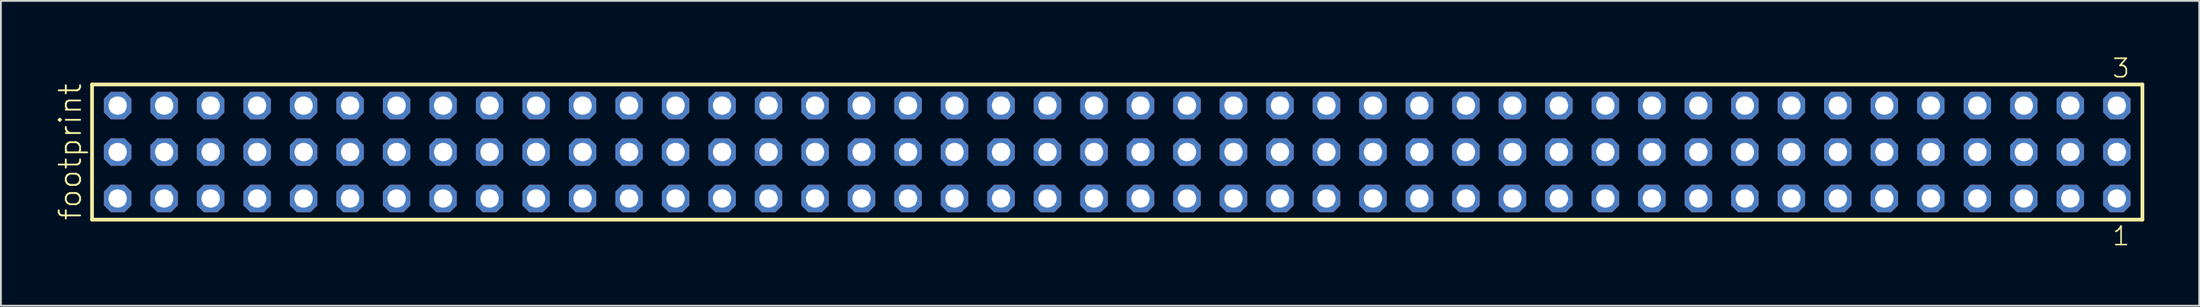
<source format=kicad_pcb>
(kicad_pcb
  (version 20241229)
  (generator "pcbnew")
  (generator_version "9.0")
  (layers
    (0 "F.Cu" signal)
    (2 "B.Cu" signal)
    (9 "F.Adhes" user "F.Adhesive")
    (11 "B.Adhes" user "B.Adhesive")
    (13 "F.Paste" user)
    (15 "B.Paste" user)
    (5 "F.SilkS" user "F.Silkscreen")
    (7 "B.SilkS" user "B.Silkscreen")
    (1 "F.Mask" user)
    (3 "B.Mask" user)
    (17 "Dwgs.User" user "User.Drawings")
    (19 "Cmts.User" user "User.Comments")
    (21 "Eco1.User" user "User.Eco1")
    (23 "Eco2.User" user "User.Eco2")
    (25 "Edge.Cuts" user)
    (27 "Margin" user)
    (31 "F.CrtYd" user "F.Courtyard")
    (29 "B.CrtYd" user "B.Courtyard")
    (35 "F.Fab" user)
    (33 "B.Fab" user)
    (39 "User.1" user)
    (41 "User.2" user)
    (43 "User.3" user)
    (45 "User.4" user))
  (footprint "footprint"
    (layer "F.Cu")
    (at 57.988 5.265)
    (property "Reference" "footprint" (at -56.515 3.81 90) (layer "F.SilkS") (effects (font (size 1.168 1.168) (thickness 0.102)) (justify left bottom)))
    (fp_line (start -56.009 -3.695) (end 56.009 -3.695) (stroke (width 0.203) (type solid)) (layer "F.SilkS"))
    (fp_line (start -56.009 3.695) (end -56.009 -3.695) (stroke (width 0.203) (type solid)) (layer "F.SilkS"))
    (fp_line (start 56.009 -3.695) (end 56.009 3.695) (stroke (width 0.203) (type solid)) (layer "F.SilkS"))
    (fp_line (start 56.009 3.695) (end -56.009 3.695) (stroke (width 0.203) (type solid)) (layer "F.SilkS"))
    (fp_poly (pts (xy -54.96 -2.19) (xy -54.26 -2.19) (xy -54.26 -2.89) (xy -54.96 -2.89)) (stroke (width 0.1) (type solid)) (fill no) (layer "F.Fab"))
    (fp_poly (pts (xy -54.96 0.35) (xy -54.26 0.35) (xy -54.26 -0.35) (xy -54.96 -0.35)) (stroke (width 0.1) (type solid)) (fill no) (layer "F.Fab"))
    (fp_poly (pts (xy -54.96 2.89) (xy -54.26 2.89) (xy -54.26 2.19) (xy -54.96 2.19)) (stroke (width 0.1) (type solid)) (fill no) (layer "F.Fab"))
    (fp_poly (pts (xy -52.42 -2.19) (xy -51.72 -2.19) (xy -51.72 -2.89) (xy -52.42 -2.89)) (stroke (width 0.1) (type solid)) (fill no) (layer "F.Fab"))
    (fp_poly (pts (xy -52.42 0.35) (xy -51.72 0.35) (xy -51.72 -0.35) (xy -52.42 -0.35)) (stroke (width 0.1) (type solid)) (fill no) (layer "F.Fab"))
    (fp_poly (pts (xy -52.42 2.89) (xy -51.72 2.89) (xy -51.72 2.19) (xy -52.42 2.19)) (stroke (width 0.1) (type solid)) (fill no) (layer "F.Fab"))
    (fp_poly (pts (xy -49.88 -2.19) (xy -49.18 -2.19) (xy -49.18 -2.89) (xy -49.88 -2.89)) (stroke (width 0.1) (type solid)) (fill no) (layer "F.Fab"))
    (fp_poly (pts (xy -49.88 0.35) (xy -49.18 0.35) (xy -49.18 -0.35) (xy -49.88 -0.35)) (stroke (width 0.1) (type solid)) (fill no) (layer "F.Fab"))
    (fp_poly (pts (xy -49.88 2.89) (xy -49.18 2.89) (xy -49.18 2.19) (xy -49.88 2.19)) (stroke (width 0.1) (type solid)) (fill no) (layer "F.Fab"))
    (fp_poly (pts (xy -47.34 -2.19) (xy -46.64 -2.19) (xy -46.64 -2.89) (xy -47.34 -2.89)) (stroke (width 0.1) (type solid)) (fill no) (layer "F.Fab"))
    (fp_poly (pts (xy -47.34 0.35) (xy -46.64 0.35) (xy -46.64 -0.35) (xy -47.34 -0.35)) (stroke (width 0.1) (type solid)) (fill no) (layer "F.Fab"))
    (fp_poly (pts (xy -47.34 2.89) (xy -46.64 2.89) (xy -46.64 2.19) (xy -47.34 2.19)) (stroke (width 0.1) (type solid)) (fill no) (layer "F.Fab"))
    (fp_poly (pts (xy -44.8 -2.19) (xy -44.1 -2.19) (xy -44.1 -2.89) (xy -44.8 -2.89)) (stroke (width 0.1) (type solid)) (fill no) (layer "F.Fab"))
    (fp_poly (pts (xy -44.8 0.35) (xy -44.1 0.35) (xy -44.1 -0.35) (xy -44.8 -0.35)) (stroke (width 0.1) (type solid)) (fill no) (layer "F.Fab"))
    (fp_poly (pts (xy -44.8 2.89) (xy -44.1 2.89) (xy -44.1 2.19) (xy -44.8 2.19)) (stroke (width 0.1) (type solid)) (fill no) (layer "F.Fab"))
    (fp_poly (pts (xy -42.26 -2.19) (xy -41.56 -2.19) (xy -41.56 -2.89) (xy -42.26 -2.89)) (stroke (width 0.1) (type solid)) (fill no) (layer "F.Fab"))
    (fp_poly (pts (xy -42.26 0.35) (xy -41.56 0.35) (xy -41.56 -0.35) (xy -42.26 -0.35)) (stroke (width 0.1) (type solid)) (fill no) (layer "F.Fab"))
    (fp_poly (pts (xy -42.26 2.89) (xy -41.56 2.89) (xy -41.56 2.19) (xy -42.26 2.19)) (stroke (width 0.1) (type solid)) (fill no) (layer "F.Fab"))
    (fp_poly (pts (xy -39.72 -2.19) (xy -39.02 -2.19) (xy -39.02 -2.89) (xy -39.72 -2.89)) (stroke (width 0.1) (type solid)) (fill no) (layer "F.Fab"))
    (fp_poly (pts (xy -39.72 0.35) (xy -39.02 0.35) (xy -39.02 -0.35) (xy -39.72 -0.35)) (stroke (width 0.1) (type solid)) (fill no) (layer "F.Fab"))
    (fp_poly (pts (xy -39.72 2.89) (xy -39.02 2.89) (xy -39.02 2.19) (xy -39.72 2.19)) (stroke (width 0.1) (type solid)) (fill no) (layer "F.Fab"))
    (fp_poly (pts (xy -37.18 -2.19) (xy -36.48 -2.19) (xy -36.48 -2.89) (xy -37.18 -2.89)) (stroke (width 0.1) (type solid)) (fill no) (layer "F.Fab"))
    (fp_poly (pts (xy -37.18 0.35) (xy -36.48 0.35) (xy -36.48 -0.35) (xy -37.18 -0.35)) (stroke (width 0.1) (type solid)) (fill no) (layer "F.Fab"))
    (fp_poly (pts (xy -37.18 2.89) (xy -36.48 2.89) (xy -36.48 2.19) (xy -37.18 2.19)) (stroke (width 0.1) (type solid)) (fill no) (layer "F.Fab"))
    (fp_poly (pts (xy -34.64 -2.19) (xy -33.94 -2.19) (xy -33.94 -2.89) (xy -34.64 -2.89)) (stroke (width 0.1) (type solid)) (fill no) (layer "F.Fab"))
    (fp_poly (pts (xy -34.64 0.35) (xy -33.94 0.35) (xy -33.94 -0.35) (xy -34.64 -0.35)) (stroke (width 0.1) (type solid)) (fill no) (layer "F.Fab"))
    (fp_poly (pts (xy -34.64 2.89) (xy -33.94 2.89) (xy -33.94 2.19) (xy -34.64 2.19)) (stroke (width 0.1) (type solid)) (fill no) (layer "F.Fab"))
    (fp_poly (pts (xy -32.1 -2.19) (xy -31.4 -2.19) (xy -31.4 -2.89) (xy -32.1 -2.89)) (stroke (width 0.1) (type solid)) (fill no) (layer "F.Fab"))
    (fp_poly (pts (xy -32.1 0.35) (xy -31.4 0.35) (xy -31.4 -0.35) (xy -32.1 -0.35)) (stroke (width 0.1) (type solid)) (fill no) (layer "F.Fab"))
    (fp_poly (pts (xy -32.1 2.89) (xy -31.4 2.89) (xy -31.4 2.19) (xy -32.1 2.19)) (stroke (width 0.1) (type solid)) (fill no) (layer "F.Fab"))
    (fp_poly (pts (xy -29.56 -2.19) (xy -28.86 -2.19) (xy -28.86 -2.89) (xy -29.56 -2.89)) (stroke (width 0.1) (type solid)) (fill no) (layer "F.Fab"))
    (fp_poly (pts (xy -29.56 0.35) (xy -28.86 0.35) (xy -28.86 -0.35) (xy -29.56 -0.35)) (stroke (width 0.1) (type solid)) (fill no) (layer "F.Fab"))
    (fp_poly (pts (xy -29.56 2.89) (xy -28.86 2.89) (xy -28.86 2.19) (xy -29.56 2.19)) (stroke (width 0.1) (type solid)) (fill no) (layer "F.Fab"))
    (fp_poly (pts (xy -27.02 -2.19) (xy -26.32 -2.19) (xy -26.32 -2.89) (xy -27.02 -2.89)) (stroke (width 0.1) (type solid)) (fill no) (layer "F.Fab"))
    (fp_poly (pts (xy -27.02 0.35) (xy -26.32 0.35) (xy -26.32 -0.35) (xy -27.02 -0.35)) (stroke (width 0.1) (type solid)) (fill no) (layer "F.Fab"))
    (fp_poly (pts (xy -27.02 2.89) (xy -26.32 2.89) (xy -26.32 2.19) (xy -27.02 2.19)) (stroke (width 0.1) (type solid)) (fill no) (layer "F.Fab"))
    (fp_poly (pts (xy -24.48 -2.19) (xy -23.78 -2.19) (xy -23.78 -2.89) (xy -24.48 -2.89)) (stroke (width 0.1) (type solid)) (fill no) (layer "F.Fab"))
    (fp_poly (pts (xy -24.48 0.35) (xy -23.78 0.35) (xy -23.78 -0.35) (xy -24.48 -0.35)) (stroke (width 0.1) (type solid)) (fill no) (layer "F.Fab"))
    (fp_poly (pts (xy -24.48 2.89) (xy -23.78 2.89) (xy -23.78 2.19) (xy -24.48 2.19)) (stroke (width 0.1) (type solid)) (fill no) (layer "F.Fab"))
    (fp_poly (pts (xy -21.94 -2.19) (xy -21.24 -2.19) (xy -21.24 -2.89) (xy -21.94 -2.89)) (stroke (width 0.1) (type solid)) (fill no) (layer "F.Fab"))
    (fp_poly (pts (xy -21.94 0.35) (xy -21.24 0.35) (xy -21.24 -0.35) (xy -21.94 -0.35)) (stroke (width 0.1) (type solid)) (fill no) (layer "F.Fab"))
    (fp_poly (pts (xy -21.94 2.89) (xy -21.24 2.89) (xy -21.24 2.19) (xy -21.94 2.19)) (stroke (width 0.1) (type solid)) (fill no) (layer "F.Fab"))
    (fp_poly (pts (xy -19.4 -2.19) (xy -18.7 -2.19) (xy -18.7 -2.89) (xy -19.4 -2.89)) (stroke (width 0.1) (type solid)) (fill no) (layer "F.Fab"))
    (fp_poly (pts (xy -19.4 0.35) (xy -18.7 0.35) (xy -18.7 -0.35) (xy -19.4 -0.35)) (stroke (width 0.1) (type solid)) (fill no) (layer "F.Fab"))
    (fp_poly (pts (xy -19.4 2.89) (xy -18.7 2.89) (xy -18.7 2.19) (xy -19.4 2.19)) (stroke (width 0.1) (type solid)) (fill no) (layer "F.Fab"))
    (fp_poly (pts (xy -16.86 -2.19) (xy -16.16 -2.19) (xy -16.16 -2.89) (xy -16.86 -2.89)) (stroke (width 0.1) (type solid)) (fill no) (layer "F.Fab"))
    (fp_poly (pts (xy -16.86 0.35) (xy -16.16 0.35) (xy -16.16 -0.35) (xy -16.86 -0.35)) (stroke (width 0.1) (type solid)) (fill no) (layer "F.Fab"))
    (fp_poly (pts (xy -16.86 2.89) (xy -16.16 2.89) (xy -16.16 2.19) (xy -16.86 2.19)) (stroke (width 0.1) (type solid)) (fill no) (layer "F.Fab"))
    (fp_poly (pts (xy -14.32 -2.19) (xy -13.62 -2.19) (xy -13.62 -2.89) (xy -14.32 -2.89)) (stroke (width 0.1) (type solid)) (fill no) (layer "F.Fab"))
    (fp_poly (pts (xy -14.32 0.35) (xy -13.62 0.35) (xy -13.62 -0.35) (xy -14.32 -0.35)) (stroke (width 0.1) (type solid)) (fill no) (layer "F.Fab"))
    (fp_poly (pts (xy -14.32 2.89) (xy -13.62 2.89) (xy -13.62 2.19) (xy -14.32 2.19)) (stroke (width 0.1) (type solid)) (fill no) (layer "F.Fab"))
    (fp_poly (pts (xy -11.78 -2.19) (xy -11.08 -2.19) (xy -11.08 -2.89) (xy -11.78 -2.89)) (stroke (width 0.1) (type solid)) (fill no) (layer "F.Fab"))
    (fp_poly (pts (xy -11.78 0.35) (xy -11.08 0.35) (xy -11.08 -0.35) (xy -11.78 -0.35)) (stroke (width 0.1) (type solid)) (fill no) (layer "F.Fab"))
    (fp_poly (pts (xy -11.78 2.89) (xy -11.08 2.89) (xy -11.08 2.19) (xy -11.78 2.19)) (stroke (width 0.1) (type solid)) (fill no) (layer "F.Fab"))
    (fp_poly (pts (xy -9.24 -2.19) (xy -8.54 -2.19) (xy -8.54 -2.89) (xy -9.24 -2.89)) (stroke (width 0.1) (type solid)) (fill no) (layer "F.Fab"))
    (fp_poly (pts (xy -9.24 0.35) (xy -8.54 0.35) (xy -8.54 -0.35) (xy -9.24 -0.35)) (stroke (width 0.1) (type solid)) (fill no) (layer "F.Fab"))
    (fp_poly (pts (xy -9.24 2.89) (xy -8.54 2.89) (xy -8.54 2.19) (xy -9.24 2.19)) (stroke (width 0.1) (type solid)) (fill no) (layer "F.Fab"))
    (fp_poly (pts (xy -6.7 -2.19) (xy -6 -2.19) (xy -6 -2.89) (xy -6.7 -2.89)) (stroke (width 0.1) (type solid)) (fill no) (layer "F.Fab"))
    (fp_poly (pts (xy -6.7 0.35) (xy -6 0.35) (xy -6 -0.35) (xy -6.7 -0.35)) (stroke (width 0.1) (type solid)) (fill no) (layer "F.Fab"))
    (fp_poly (pts (xy -6.7 2.89) (xy -6 2.89) (xy -6 2.19) (xy -6.7 2.19)) (stroke (width 0.1) (type solid)) (fill no) (layer "F.Fab"))
    (fp_poly (pts (xy -4.16 -2.19) (xy -3.46 -2.19) (xy -3.46 -2.89) (xy -4.16 -2.89)) (stroke (width 0.1) (type solid)) (fill no) (layer "F.Fab"))
    (fp_poly (pts (xy -4.16 0.35) (xy -3.46 0.35) (xy -3.46 -0.35) (xy -4.16 -0.35)) (stroke (width 0.1) (type solid)) (fill no) (layer "F.Fab"))
    (fp_poly (pts (xy -4.16 2.89) (xy -3.46 2.89) (xy -3.46 2.19) (xy -4.16 2.19)) (stroke (width 0.1) (type solid)) (fill no) (layer "F.Fab"))
    (fp_poly (pts (xy -1.62 -2.19) (xy -0.92 -2.19) (xy -0.92 -2.89) (xy -1.62 -2.89)) (stroke (width 0.1) (type solid)) (fill no) (layer "F.Fab"))
    (fp_poly (pts (xy -1.62 0.35) (xy -0.92 0.35) (xy -0.92 -0.35) (xy -1.62 -0.35)) (stroke (width 0.1) (type solid)) (fill no) (layer "F.Fab"))
    (fp_poly (pts (xy -1.62 2.89) (xy -0.92 2.89) (xy -0.92 2.19) (xy -1.62 2.19)) (stroke (width 0.1) (type solid)) (fill no) (layer "F.Fab"))
    (fp_poly (pts (xy 0.92 -2.19) (xy 1.62 -2.19) (xy 1.62 -2.89) (xy 0.92 -2.89)) (stroke (width 0.1) (type solid)) (fill no) (layer "F.Fab"))
    (fp_poly (pts (xy 0.92 0.35) (xy 1.62 0.35) (xy 1.62 -0.35) (xy 0.92 -0.35)) (stroke (width 0.1) (type solid)) (fill no) (layer "F.Fab"))
    (fp_poly (pts (xy 0.92 2.89) (xy 1.62 2.89) (xy 1.62 2.19) (xy 0.92 2.19)) (stroke (width 0.1) (type solid)) (fill no) (layer "F.Fab"))
    (fp_poly (pts (xy 3.46 -2.19) (xy 4.16 -2.19) (xy 4.16 -2.89) (xy 3.46 -2.89)) (stroke (width 0.1) (type solid)) (fill no) (layer "F.Fab"))
    (fp_poly (pts (xy 3.46 0.35) (xy 4.16 0.35) (xy 4.16 -0.35) (xy 3.46 -0.35)) (stroke (width 0.1) (type solid)) (fill no) (layer "F.Fab"))
    (fp_poly (pts (xy 3.46 2.89) (xy 4.16 2.89) (xy 4.16 2.19) (xy 3.46 2.19)) (stroke (width 0.1) (type solid)) (fill no) (layer "F.Fab"))
    (fp_poly (pts (xy 6 -2.19) (xy 6.7 -2.19) (xy 6.7 -2.89) (xy 6 -2.89)) (stroke (width 0.1) (type solid)) (fill no) (layer "F.Fab"))
    (fp_poly (pts (xy 6 0.35) (xy 6.7 0.35) (xy 6.7 -0.35) (xy 6 -0.35)) (stroke (width 0.1) (type solid)) (fill no) (layer "F.Fab"))
    (fp_poly (pts (xy 6 2.89) (xy 6.7 2.89) (xy 6.7 2.19) (xy 6 2.19)) (stroke (width 0.1) (type solid)) (fill no) (layer "F.Fab"))
    (fp_poly (pts (xy 8.54 -2.19) (xy 9.24 -2.19) (xy 9.24 -2.89) (xy 8.54 -2.89)) (stroke (width 0.1) (type solid)) (fill no) (layer "F.Fab"))
    (fp_poly (pts (xy 8.54 0.35) (xy 9.24 0.35) (xy 9.24 -0.35) (xy 8.54 -0.35)) (stroke (width 0.1) (type solid)) (fill no) (layer "F.Fab"))
    (fp_poly (pts (xy 8.54 2.89) (xy 9.24 2.89) (xy 9.24 2.19) (xy 8.54 2.19)) (stroke (width 0.1) (type solid)) (fill no) (layer "F.Fab"))
    (fp_poly (pts (xy 11.08 -2.19) (xy 11.78 -2.19) (xy 11.78 -2.89) (xy 11.08 -2.89)) (stroke (width 0.1) (type solid)) (fill no) (layer "F.Fab"))
    (fp_poly (pts (xy 11.08 0.35) (xy 11.78 0.35) (xy 11.78 -0.35) (xy 11.08 -0.35)) (stroke (width 0.1) (type solid)) (fill no) (layer "F.Fab"))
    (fp_poly (pts (xy 11.08 2.89) (xy 11.78 2.89) (xy 11.78 2.19) (xy 11.08 2.19)) (stroke (width 0.1) (type solid)) (fill no) (layer "F.Fab"))
    (fp_poly (pts (xy 13.62 -2.19) (xy 14.32 -2.19) (xy 14.32 -2.89) (xy 13.62 -2.89)) (stroke (width 0.1) (type solid)) (fill no) (layer "F.Fab"))
    (fp_poly (pts (xy 13.62 0.35) (xy 14.32 0.35) (xy 14.32 -0.35) (xy 13.62 -0.35)) (stroke (width 0.1) (type solid)) (fill no) (layer "F.Fab"))
    (fp_poly (pts (xy 13.62 2.89) (xy 14.32 2.89) (xy 14.32 2.19) (xy 13.62 2.19)) (stroke (width 0.1) (type solid)) (fill no) (layer "F.Fab"))
    (fp_poly (pts (xy 16.16 -2.19) (xy 16.86 -2.19) (xy 16.86 -2.89) (xy 16.16 -2.89)) (stroke (width 0.1) (type solid)) (fill no) (layer "F.Fab"))
    (fp_poly (pts (xy 16.16 0.35) (xy 16.86 0.35) (xy 16.86 -0.35) (xy 16.16 -0.35)) (stroke (width 0.1) (type solid)) (fill no) (layer "F.Fab"))
    (fp_poly (pts (xy 16.16 2.89) (xy 16.86 2.89) (xy 16.86 2.19) (xy 16.16 2.19)) (stroke (width 0.1) (type solid)) (fill no) (layer "F.Fab"))
    (fp_poly (pts (xy 18.7 -2.19) (xy 19.4 -2.19) (xy 19.4 -2.89) (xy 18.7 -2.89)) (stroke (width 0.1) (type solid)) (fill no) (layer "F.Fab"))
    (fp_poly (pts (xy 18.7 0.35) (xy 19.4 0.35) (xy 19.4 -0.35) (xy 18.7 -0.35)) (stroke (width 0.1) (type solid)) (fill no) (layer "F.Fab"))
    (fp_poly (pts (xy 18.7 2.89) (xy 19.4 2.89) (xy 19.4 2.19) (xy 18.7 2.19)) (stroke (width 0.1) (type solid)) (fill no) (layer "F.Fab"))
    (fp_poly (pts (xy 21.24 -2.19) (xy 21.94 -2.19) (xy 21.94 -2.89) (xy 21.24 -2.89)) (stroke (width 0.1) (type solid)) (fill no) (layer "F.Fab"))
    (fp_poly (pts (xy 21.24 0.35) (xy 21.94 0.35) (xy 21.94 -0.35) (xy 21.24 -0.35)) (stroke (width 0.1) (type solid)) (fill no) (layer "F.Fab"))
    (fp_poly (pts (xy 21.24 2.89) (xy 21.94 2.89) (xy 21.94 2.19) (xy 21.24 2.19)) (stroke (width 0.1) (type solid)) (fill no) (layer "F.Fab"))
    (fp_poly (pts (xy 23.78 -2.19) (xy 24.48 -2.19) (xy 24.48 -2.89) (xy 23.78 -2.89)) (stroke (width 0.1) (type solid)) (fill no) (layer "F.Fab"))
    (fp_poly (pts (xy 23.78 0.35) (xy 24.48 0.35) (xy 24.48 -0.35) (xy 23.78 -0.35)) (stroke (width 0.1) (type solid)) (fill no) (layer "F.Fab"))
    (fp_poly (pts (xy 23.78 2.89) (xy 24.48 2.89) (xy 24.48 2.19) (xy 23.78 2.19)) (stroke (width 0.1) (type solid)) (fill no) (layer "F.Fab"))
    (fp_poly (pts (xy 26.32 -2.19) (xy 27.02 -2.19) (xy 27.02 -2.89) (xy 26.32 -2.89)) (stroke (width 0.1) (type solid)) (fill no) (layer "F.Fab"))
    (fp_poly (pts (xy 26.32 0.35) (xy 27.02 0.35) (xy 27.02 -0.35) (xy 26.32 -0.35)) (stroke (width 0.1) (type solid)) (fill no) (layer "F.Fab"))
    (fp_poly (pts (xy 26.32 2.89) (xy 27.02 2.89) (xy 27.02 2.19) (xy 26.32 2.19)) (stroke (width 0.1) (type solid)) (fill no) (layer "F.Fab"))
    (fp_poly (pts (xy 28.86 -2.19) (xy 29.56 -2.19) (xy 29.56 -2.89) (xy 28.86 -2.89)) (stroke (width 0.1) (type solid)) (fill no) (layer "F.Fab"))
    (fp_poly (pts (xy 28.86 0.35) (xy 29.56 0.35) (xy 29.56 -0.35) (xy 28.86 -0.35)) (stroke (width 0.1) (type solid)) (fill no) (layer "F.Fab"))
    (fp_poly (pts (xy 28.86 2.89) (xy 29.56 2.89) (xy 29.56 2.19) (xy 28.86 2.19)) (stroke (width 0.1) (type solid)) (fill no) (layer "F.Fab"))
    (fp_poly (pts (xy 31.4 -2.19) (xy 32.1 -2.19) (xy 32.1 -2.89) (xy 31.4 -2.89)) (stroke (width 0.1) (type solid)) (fill no) (layer "F.Fab"))
    (fp_poly (pts (xy 31.4 0.35) (xy 32.1 0.35) (xy 32.1 -0.35) (xy 31.4 -0.35)) (stroke (width 0.1) (type solid)) (fill no) (layer "F.Fab"))
    (fp_poly (pts (xy 31.4 2.89) (xy 32.1 2.89) (xy 32.1 2.19) (xy 31.4 2.19)) (stroke (width 0.1) (type solid)) (fill no) (layer "F.Fab"))
    (fp_poly (pts (xy 33.94 -2.19) (xy 34.64 -2.19) (xy 34.64 -2.89) (xy 33.94 -2.89)) (stroke (width 0.1) (type solid)) (fill no) (layer "F.Fab"))
    (fp_poly (pts (xy 33.94 0.35) (xy 34.64 0.35) (xy 34.64 -0.35) (xy 33.94 -0.35)) (stroke (width 0.1) (type solid)) (fill no) (layer "F.Fab"))
    (fp_poly (pts (xy 33.94 2.89) (xy 34.64 2.89) (xy 34.64 2.19) (xy 33.94 2.19)) (stroke (width 0.1) (type solid)) (fill no) (layer "F.Fab"))
    (fp_poly (pts (xy 36.48 -2.19) (xy 37.18 -2.19) (xy 37.18 -2.89) (xy 36.48 -2.89)) (stroke (width 0.1) (type solid)) (fill no) (layer "F.Fab"))
    (fp_poly (pts (xy 36.48 0.35) (xy 37.18 0.35) (xy 37.18 -0.35) (xy 36.48 -0.35)) (stroke (width 0.1) (type solid)) (fill no) (layer "F.Fab"))
    (fp_poly (pts (xy 36.48 2.89) (xy 37.18 2.89) (xy 37.18 2.19) (xy 36.48 2.19)) (stroke (width 0.1) (type solid)) (fill no) (layer "F.Fab"))
    (fp_poly (pts (xy 39.02 -2.19) (xy 39.72 -2.19) (xy 39.72 -2.89) (xy 39.02 -2.89)) (stroke (width 0.1) (type solid)) (fill no) (layer "F.Fab"))
    (fp_poly (pts (xy 39.02 0.35) (xy 39.72 0.35) (xy 39.72 -0.35) (xy 39.02 -0.35)) (stroke (width 0.1) (type solid)) (fill no) (layer "F.Fab"))
    (fp_poly (pts (xy 39.02 2.89) (xy 39.72 2.89) (xy 39.72 2.19) (xy 39.02 2.19)) (stroke (width 0.1) (type solid)) (fill no) (layer "F.Fab"))
    (fp_poly (pts (xy 41.56 -2.19) (xy 42.26 -2.19) (xy 42.26 -2.89) (xy 41.56 -2.89)) (stroke (width 0.1) (type solid)) (fill no) (layer "F.Fab"))
    (fp_poly (pts (xy 41.56 0.35) (xy 42.26 0.35) (xy 42.26 -0.35) (xy 41.56 -0.35)) (stroke (width 0.1) (type solid)) (fill no) (layer "F.Fab"))
    (fp_poly (pts (xy 41.56 2.89) (xy 42.26 2.89) (xy 42.26 2.19) (xy 41.56 2.19)) (stroke (width 0.1) (type solid)) (fill no) (layer "F.Fab"))
    (fp_poly (pts (xy 44.1 -2.19) (xy 44.8 -2.19) (xy 44.8 -2.89) (xy 44.1 -2.89)) (stroke (width 0.1) (type solid)) (fill no) (layer "F.Fab"))
    (fp_poly (pts (xy 44.1 0.35) (xy 44.8 0.35) (xy 44.8 -0.35) (xy 44.1 -0.35)) (stroke (width 0.1) (type solid)) (fill no) (layer "F.Fab"))
    (fp_poly (pts (xy 44.1 2.89) (xy 44.8 2.89) (xy 44.8 2.19) (xy 44.1 2.19)) (stroke (width 0.1) (type solid)) (fill no) (layer "F.Fab"))
    (fp_poly (pts (xy 46.64 -2.19) (xy 47.34 -2.19) (xy 47.34 -2.89) (xy 46.64 -2.89)) (stroke (width 0.1) (type solid)) (fill no) (layer "F.Fab"))
    (fp_poly (pts (xy 46.64 0.35) (xy 47.34 0.35) (xy 47.34 -0.35) (xy 46.64 -0.35)) (stroke (width 0.1) (type solid)) (fill no) (layer "F.Fab"))
    (fp_poly (pts (xy 46.64 2.89) (xy 47.34 2.89) (xy 47.34 2.19) (xy 46.64 2.19)) (stroke (width 0.1) (type solid)) (fill no) (layer "F.Fab"))
    (fp_poly (pts (xy 49.18 -2.19) (xy 49.88 -2.19) (xy 49.88 -2.89) (xy 49.18 -2.89)) (stroke (width 0.1) (type solid)) (fill no) (layer "F.Fab"))
    (fp_poly (pts (xy 49.18 0.35) (xy 49.88 0.35) (xy 49.88 -0.35) (xy 49.18 -0.35)) (stroke (width 0.1) (type solid)) (fill no) (layer "F.Fab"))
    (fp_poly (pts (xy 49.18 2.89) (xy 49.88 2.89) (xy 49.88 2.19) (xy 49.18 2.19)) (stroke (width 0.1) (type solid)) (fill no) (layer "F.Fab"))
    (fp_poly (pts (xy 51.72 -2.19) (xy 52.42 -2.19) (xy 52.42 -2.89) (xy 51.72 -2.89)) (stroke (width 0.1) (type solid)) (fill no) (layer "F.Fab"))
    (fp_poly (pts (xy 51.72 0.35) (xy 52.42 0.35) (xy 52.42 -0.35) (xy 51.72 -0.35)) (stroke (width 0.1) (type solid)) (fill no) (layer "F.Fab"))
    (fp_poly (pts (xy 51.72 2.89) (xy 52.42 2.89) (xy 52.42 2.19) (xy 51.72 2.19)) (stroke (width 0.1) (type solid)) (fill no) (layer "F.Fab"))
    (fp_poly (pts (xy 54.26 -2.19) (xy 54.96 -2.19) (xy 54.96 -2.89) (xy 54.26 -2.89)) (stroke (width 0.1) (type solid)) (fill no) (layer "F.Fab"))
    (fp_poly (pts (xy 54.26 0.35) (xy 54.96 0.35) (xy 54.96 -0.35) (xy 54.26 -0.35)) (stroke (width 0.1) (type solid)) (fill no) (layer "F.Fab"))
    (fp_poly (pts (xy 54.26 2.89) (xy 54.96 2.89) (xy 54.96 2.19) (xy 54.26 2.19)) (stroke (width 0.1) (type solid)) (fill no) (layer "F.Fab"))
    (fp_text user "1" (at 54.302 5.188 0) (layer "F.SilkS") (effects (font (size 1.012 1.012) (thickness 0.088)) (justify left bottom)))
    (fp_text user "3" (at 54.298 -3.989 0) (layer "F.SilkS") (effects (font (size 1.012 1.012) (thickness 0.088)) (justify left bottom)))
    (pad "1" thru_hole roundrect (at 54.61 2.54 180) (size 1.5 1.5) (drill 1) (layers "*.Cu" "*.Mask") (roundrect_rratio 0.25) (chamfer_ratio 0.25) (chamfer top_left top_right bottom_left bottom_right))
    (pad "2" thru_hole roundrect (at 54.61 0 180) (size 1.5 1.5) (drill 1) (layers "*.Cu" "*.Mask") (roundrect_rratio 0.25) (chamfer_ratio 0.25) (chamfer top_left top_right bottom_left bottom_right))
    (pad "3" thru_hole roundrect (at 54.61 -2.54 180) (size 1.5 1.5) (drill 1) (layers "*.Cu" "*.Mask") (roundrect_rratio 0.25) (chamfer_ratio 0.25) (chamfer top_left top_right bottom_left bottom_right))
    (pad "4" thru_hole roundrect (at 52.07 2.54 180) (size 1.5 1.5) (drill 1) (layers "*.Cu" "*.Mask") (roundrect_rratio 0.25) (chamfer_ratio 0.25) (chamfer top_left top_right bottom_left bottom_right))
    (pad "5" thru_hole roundrect (at 52.07 0 180) (size 1.5 1.5) (drill 1) (layers "*.Cu" "*.Mask") (roundrect_rratio 0.25) (chamfer_ratio 0.25) (chamfer top_left top_right bottom_left bottom_right))
    (pad "6" thru_hole roundrect (at 52.07 -2.54 180) (size 1.5 1.5) (drill 1) (layers "*.Cu" "*.Mask") (roundrect_rratio 0.25) (chamfer_ratio 0.25) (chamfer top_left top_right bottom_left bottom_right))
    (pad "7" thru_hole roundrect (at 49.53 2.54 180) (size 1.5 1.5) (drill 1) (layers "*.Cu" "*.Mask") (roundrect_rratio 0.25) (chamfer_ratio 0.25) (chamfer top_left top_right bottom_left bottom_right))
    (pad "8" thru_hole roundrect (at 49.53 0 180) (size 1.5 1.5) (drill 1) (layers "*.Cu" "*.Mask") (roundrect_rratio 0.25) (chamfer_ratio 0.25) (chamfer top_left top_right bottom_left bottom_right))
    (pad "9" thru_hole roundrect (at 49.53 -2.54 180) (size 1.5 1.5) (drill 1) (layers "*.Cu" "*.Mask") (roundrect_rratio 0.25) (chamfer_ratio 0.25) (chamfer top_left top_right bottom_left bottom_right))
    (pad "10" thru_hole roundrect (at 46.99 2.54 180) (size 1.5 1.5) (drill 1) (layers "*.Cu" "*.Mask") (roundrect_rratio 0.25) (chamfer_ratio 0.25) (chamfer top_left top_right bottom_left bottom_right))
    (pad "11" thru_hole roundrect (at 46.99 0 180) (size 1.5 1.5) (drill 1) (layers "*.Cu" "*.Mask") (roundrect_rratio 0.25) (chamfer_ratio 0.25) (chamfer top_left top_right bottom_left bottom_right))
    (pad "12" thru_hole roundrect (at 46.99 -2.54 180) (size 1.5 1.5) (drill 1) (layers "*.Cu" "*.Mask") (roundrect_rratio 0.25) (chamfer_ratio 0.25) (chamfer top_left top_right bottom_left bottom_right))
    (pad "13" thru_hole roundrect (at 44.45 2.54 180) (size 1.5 1.5) (drill 1) (layers "*.Cu" "*.Mask") (roundrect_rratio 0.25) (chamfer_ratio 0.25) (chamfer top_left top_right bottom_left bottom_right))
    (pad "14" thru_hole roundrect (at 44.45 0 180) (size 1.5 1.5) (drill 1) (layers "*.Cu" "*.Mask") (roundrect_rratio 0.25) (chamfer_ratio 0.25) (chamfer top_left top_right bottom_left bottom_right))
    (pad "15" thru_hole roundrect (at 44.45 -2.54 180) (size 1.5 1.5) (drill 1) (layers "*.Cu" "*.Mask") (roundrect_rratio 0.25) (chamfer_ratio 0.25) (chamfer top_left top_right bottom_left bottom_right))
    (pad "16" thru_hole roundrect (at 41.91 2.54 180) (size 1.5 1.5) (drill 1) (layers "*.Cu" "*.Mask") (roundrect_rratio 0.25) (chamfer_ratio 0.25) (chamfer top_left top_right bottom_left bottom_right))
    (pad "17" thru_hole roundrect (at 41.91 0 180) (size 1.5 1.5) (drill 1) (layers "*.Cu" "*.Mask") (roundrect_rratio 0.25) (chamfer_ratio 0.25) (chamfer top_left top_right bottom_left bottom_right))
    (pad "18" thru_hole roundrect (at 41.91 -2.54 180) (size 1.5 1.5) (drill 1) (layers "*.Cu" "*.Mask") (roundrect_rratio 0.25) (chamfer_ratio 0.25) (chamfer top_left top_right bottom_left bottom_right))
    (pad "19" thru_hole roundrect (at 39.37 2.54 180) (size 1.5 1.5) (drill 1) (layers "*.Cu" "*.Mask") (roundrect_rratio 0.25) (chamfer_ratio 0.25) (chamfer top_left top_right bottom_left bottom_right))
    (pad "20" thru_hole roundrect (at 39.37 0 180) (size 1.5 1.5) (drill 1) (layers "*.Cu" "*.Mask") (roundrect_rratio 0.25) (chamfer_ratio 0.25) (chamfer top_left top_right bottom_left bottom_right))
    (pad "21" thru_hole roundrect (at 39.37 -2.54 180) (size 1.5 1.5) (drill 1) (layers "*.Cu" "*.Mask") (roundrect_rratio 0.25) (chamfer_ratio 0.25) (chamfer top_left top_right bottom_left bottom_right))
    (pad "22" thru_hole roundrect (at 36.83 2.54 180) (size 1.5 1.5) (drill 1) (layers "*.Cu" "*.Mask") (roundrect_rratio 0.25) (chamfer_ratio 0.25) (chamfer top_left top_right bottom_left bottom_right))
    (pad "23" thru_hole roundrect (at 36.83 0 180) (size 1.5 1.5) (drill 1) (layers "*.Cu" "*.Mask") (roundrect_rratio 0.25) (chamfer_ratio 0.25) (chamfer top_left top_right bottom_left bottom_right))
    (pad "24" thru_hole roundrect (at 36.83 -2.54 180) (size 1.5 1.5) (drill 1) (layers "*.Cu" "*.Mask") (roundrect_rratio 0.25) (chamfer_ratio 0.25) (chamfer top_left top_right bottom_left bottom_right))
    (pad "25" thru_hole roundrect (at 34.29 2.54 180) (size 1.5 1.5) (drill 1) (layers "*.Cu" "*.Mask") (roundrect_rratio 0.25) (chamfer_ratio 0.25) (chamfer top_left top_right bottom_left bottom_right))
    (pad "26" thru_hole roundrect (at 34.29 0 180) (size 1.5 1.5) (drill 1) (layers "*.Cu" "*.Mask") (roundrect_rratio 0.25) (chamfer_ratio 0.25) (chamfer top_left top_right bottom_left bottom_right))
    (pad "27" thru_hole roundrect (at 34.29 -2.54 180) (size 1.5 1.5) (drill 1) (layers "*.Cu" "*.Mask") (roundrect_rratio 0.25) (chamfer_ratio 0.25) (chamfer top_left top_right bottom_left bottom_right))
    (pad "28" thru_hole roundrect (at 31.75 2.54 180) (size 1.5 1.5) (drill 1) (layers "*.Cu" "*.Mask") (roundrect_rratio 0.25) (chamfer_ratio 0.25) (chamfer top_left top_right bottom_left bottom_right))
    (pad "29" thru_hole roundrect (at 31.75 0 180) (size 1.5 1.5) (drill 1) (layers "*.Cu" "*.Mask") (roundrect_rratio 0.25) (chamfer_ratio 0.25) (chamfer top_left top_right bottom_left bottom_right))
    (pad "30" thru_hole roundrect (at 31.75 -2.54 180) (size 1.5 1.5) (drill 1) (layers "*.Cu" "*.Mask") (roundrect_rratio 0.25) (chamfer_ratio 0.25) (chamfer top_left top_right bottom_left bottom_right))
    (pad "31" thru_hole roundrect (at 29.21 2.54 180) (size 1.5 1.5) (drill 1) (layers "*.Cu" "*.Mask") (roundrect_rratio 0.25) (chamfer_ratio 0.25) (chamfer top_left top_right bottom_left bottom_right))
    (pad "32" thru_hole roundrect (at 29.21 0 180) (size 1.5 1.5) (drill 1) (layers "*.Cu" "*.Mask") (roundrect_rratio 0.25) (chamfer_ratio 0.25) (chamfer top_left top_right bottom_left bottom_right))
    (pad "33" thru_hole roundrect (at 29.21 -2.54 180) (size 1.5 1.5) (drill 1) (layers "*.Cu" "*.Mask") (roundrect_rratio 0.25) (chamfer_ratio 0.25) (chamfer top_left top_right bottom_left bottom_right))
    (pad "34" thru_hole roundrect (at 26.67 2.54 180) (size 1.5 1.5) (drill 1) (layers "*.Cu" "*.Mask") (roundrect_rratio 0.25) (chamfer_ratio 0.25) (chamfer top_left top_right bottom_left bottom_right))
    (pad "35" thru_hole roundrect (at 26.67 0 180) (size 1.5 1.5) (drill 1) (layers "*.Cu" "*.Mask") (roundrect_rratio 0.25) (chamfer_ratio 0.25) (chamfer top_left top_right bottom_left bottom_right))
    (pad "36" thru_hole roundrect (at 26.67 -2.54 180) (size 1.5 1.5) (drill 1) (layers "*.Cu" "*.Mask") (roundrect_rratio 0.25) (chamfer_ratio 0.25) (chamfer top_left top_right bottom_left bottom_right))
    (pad "37" thru_hole roundrect (at 24.13 2.54 180) (size 1.5 1.5) (drill 1) (layers "*.Cu" "*.Mask") (roundrect_rratio 0.25) (chamfer_ratio 0.25) (chamfer top_left top_right bottom_left bottom_right))
    (pad "38" thru_hole roundrect (at 24.13 0 180) (size 1.5 1.5) (drill 1) (layers "*.Cu" "*.Mask") (roundrect_rratio 0.25) (chamfer_ratio 0.25) (chamfer top_left top_right bottom_left bottom_right))
    (pad "39" thru_hole roundrect (at 24.13 -2.54 180) (size 1.5 1.5) (drill 1) (layers "*.Cu" "*.Mask") (roundrect_rratio 0.25) (chamfer_ratio 0.25) (chamfer top_left top_right bottom_left bottom_right))
    (pad "40" thru_hole roundrect (at 21.59 2.54 180) (size 1.5 1.5) (drill 1) (layers "*.Cu" "*.Mask") (roundrect_rratio 0.25) (chamfer_ratio 0.25) (chamfer top_left top_right bottom_left bottom_right))
    (pad "41" thru_hole roundrect (at 21.59 0 180) (size 1.5 1.5) (drill 1) (layers "*.Cu" "*.Mask") (roundrect_rratio 0.25) (chamfer_ratio 0.25) (chamfer top_left top_right bottom_left bottom_right))
    (pad "42" thru_hole roundrect (at 21.59 -2.54 180) (size 1.5 1.5) (drill 1) (layers "*.Cu" "*.Mask") (roundrect_rratio 0.25) (chamfer_ratio 0.25) (chamfer top_left top_right bottom_left bottom_right))
    (pad "43" thru_hole roundrect (at 19.05 2.54 180) (size 1.5 1.5) (drill 1) (layers "*.Cu" "*.Mask") (roundrect_rratio 0.25) (chamfer_ratio 0.25) (chamfer top_left top_right bottom_left bottom_right))
    (pad "44" thru_hole roundrect (at 19.05 0 180) (size 1.5 1.5) (drill 1) (layers "*.Cu" "*.Mask") (roundrect_rratio 0.25) (chamfer_ratio 0.25) (chamfer top_left top_right bottom_left bottom_right))
    (pad "45" thru_hole roundrect (at 19.05 -2.54 180) (size 1.5 1.5) (drill 1) (layers "*.Cu" "*.Mask") (roundrect_rratio 0.25) (chamfer_ratio 0.25) (chamfer top_left top_right bottom_left bottom_right))
    (pad "46" thru_hole roundrect (at 16.51 2.54 180) (size 1.5 1.5) (drill 1) (layers "*.Cu" "*.Mask") (roundrect_rratio 0.25) (chamfer_ratio 0.25) (chamfer top_left top_right bottom_left bottom_right))
    (pad "47" thru_hole roundrect (at 16.51 0 180) (size 1.5 1.5) (drill 1) (layers "*.Cu" "*.Mask") (roundrect_rratio 0.25) (chamfer_ratio 0.25) (chamfer top_left top_right bottom_left bottom_right))
    (pad "48" thru_hole roundrect (at 16.51 -2.54 180) (size 1.5 1.5) (drill 1) (layers "*.Cu" "*.Mask") (roundrect_rratio 0.25) (chamfer_ratio 0.25) (chamfer top_left top_right bottom_left bottom_right))
    (pad "49" thru_hole roundrect (at 13.97 2.54 180) (size 1.5 1.5) (drill 1) (layers "*.Cu" "*.Mask") (roundrect_rratio 0.25) (chamfer_ratio 0.25) (chamfer top_left top_right bottom_left bottom_right))
    (pad "50" thru_hole roundrect (at 13.97 0 180) (size 1.5 1.5) (drill 1) (layers "*.Cu" "*.Mask") (roundrect_rratio 0.25) (chamfer_ratio 0.25) (chamfer top_left top_right bottom_left bottom_right))
    (pad "51" thru_hole roundrect (at 13.97 -2.54 180) (size 1.5 1.5) (drill 1) (layers "*.Cu" "*.Mask") (roundrect_rratio 0.25) (chamfer_ratio 0.25) (chamfer top_left top_right bottom_left bottom_right))
    (pad "52" thru_hole roundrect (at 11.43 2.54 180) (size 1.5 1.5) (drill 1) (layers "*.Cu" "*.Mask") (roundrect_rratio 0.25) (chamfer_ratio 0.25) (chamfer top_left top_right bottom_left bottom_right))
    (pad "53" thru_hole roundrect (at 11.43 0 180) (size 1.5 1.5) (drill 1) (layers "*.Cu" "*.Mask") (roundrect_rratio 0.25) (chamfer_ratio 0.25) (chamfer top_left top_right bottom_left bottom_right))
    (pad "54" thru_hole roundrect (at 11.43 -2.54 180) (size 1.5 1.5) (drill 1) (layers "*.Cu" "*.Mask") (roundrect_rratio 0.25) (chamfer_ratio 0.25) (chamfer top_left top_right bottom_left bottom_right))
    (pad "55" thru_hole roundrect (at 8.89 2.54 180) (size 1.5 1.5) (drill 1) (layers "*.Cu" "*.Mask") (roundrect_rratio 0.25) (chamfer_ratio 0.25) (chamfer top_left top_right bottom_left bottom_right))
    (pad "56" thru_hole roundrect (at 8.89 0 180) (size 1.5 1.5) (drill 1) (layers "*.Cu" "*.Mask") (roundrect_rratio 0.25) (chamfer_ratio 0.25) (chamfer top_left top_right bottom_left bottom_right))
    (pad "57" thru_hole roundrect (at 8.89 -2.54 180) (size 1.5 1.5) (drill 1) (layers "*.Cu" "*.Mask") (roundrect_rratio 0.25) (chamfer_ratio 0.25) (chamfer top_left top_right bottom_left bottom_right))
    (pad "58" thru_hole roundrect (at 6.35 2.54 180) (size 1.5 1.5) (drill 1) (layers "*.Cu" "*.Mask") (roundrect_rratio 0.25) (chamfer_ratio 0.25) (chamfer top_left top_right bottom_left bottom_right))
    (pad "59" thru_hole roundrect (at 6.35 0 180) (size 1.5 1.5) (drill 1) (layers "*.Cu" "*.Mask") (roundrect_rratio 0.25) (chamfer_ratio 0.25) (chamfer top_left top_right bottom_left bottom_right))
    (pad "60" thru_hole roundrect (at 6.35 -2.54 180) (size 1.5 1.5) (drill 1) (layers "*.Cu" "*.Mask") (roundrect_rratio 0.25) (chamfer_ratio 0.25) (chamfer top_left top_right bottom_left bottom_right))
    (pad "61" thru_hole roundrect (at 3.81 2.54 180) (size 1.5 1.5) (drill 1) (layers "*.Cu" "*.Mask") (roundrect_rratio 0.25) (chamfer_ratio 0.25) (chamfer top_left top_right bottom_left bottom_right))
    (pad "62" thru_hole roundrect (at 3.81 0 180) (size 1.5 1.5) (drill 1) (layers "*.Cu" "*.Mask") (roundrect_rratio 0.25) (chamfer_ratio 0.25) (chamfer top_left top_right bottom_left bottom_right))
    (pad "63" thru_hole roundrect (at 3.81 -2.54 180) (size 1.5 1.5) (drill 1) (layers "*.Cu" "*.Mask") (roundrect_rratio 0.25) (chamfer_ratio 0.25) (chamfer top_left top_right bottom_left bottom_right))
    (pad "64" thru_hole roundrect (at 1.27 2.54 180) (size 1.5 1.5) (drill 1) (layers "*.Cu" "*.Mask") (roundrect_rratio 0.25) (chamfer_ratio 0.25) (chamfer top_left top_right bottom_left bottom_right))
    (pad "65" thru_hole roundrect (at 1.27 0 180) (size 1.5 1.5) (drill 1) (layers "*.Cu" "*.Mask") (roundrect_rratio 0.25) (chamfer_ratio 0.25) (chamfer top_left top_right bottom_left bottom_right))
    (pad "66" thru_hole roundrect (at 1.27 -2.54 180) (size 1.5 1.5) (drill 1) (layers "*.Cu" "*.Mask") (roundrect_rratio 0.25) (chamfer_ratio 0.25) (chamfer top_left top_right bottom_left bottom_right))
    (pad "67" thru_hole roundrect (at -1.27 2.54 180) (size 1.5 1.5) (drill 1) (layers "*.Cu" "*.Mask") (roundrect_rratio 0.25) (chamfer_ratio 0.25) (chamfer top_left top_right bottom_left bottom_right))
    (pad "68" thru_hole roundrect (at -1.27 0 180) (size 1.5 1.5) (drill 1) (layers "*.Cu" "*.Mask") (roundrect_rratio 0.25) (chamfer_ratio 0.25) (chamfer top_left top_right bottom_left bottom_right))
    (pad "69" thru_hole roundrect (at -1.27 -2.54 180) (size 1.5 1.5) (drill 1) (layers "*.Cu" "*.Mask") (roundrect_rratio 0.25) (chamfer_ratio 0.25) (chamfer top_left top_right bottom_left bottom_right))
    (pad "70" thru_hole roundrect (at -3.81 2.54 180) (size 1.5 1.5) (drill 1) (layers "*.Cu" "*.Mask") (roundrect_rratio 0.25) (chamfer_ratio 0.25) (chamfer top_left top_right bottom_left bottom_right))
    (pad "71" thru_hole roundrect (at -3.81 0 180) (size 1.5 1.5) (drill 1) (layers "*.Cu" "*.Mask") (roundrect_rratio 0.25) (chamfer_ratio 0.25) (chamfer top_left top_right bottom_left bottom_right))
    (pad "72" thru_hole roundrect (at -3.81 -2.54 180) (size 1.5 1.5) (drill 1) (layers "*.Cu" "*.Mask") (roundrect_rratio 0.25) (chamfer_ratio 0.25) (chamfer top_left top_right bottom_left bottom_right))
    (pad "73" thru_hole roundrect (at -6.35 2.54 180) (size 1.5 1.5) (drill 1) (layers "*.Cu" "*.Mask") (roundrect_rratio 0.25) (chamfer_ratio 0.25) (chamfer top_left top_right bottom_left bottom_right))
    (pad "74" thru_hole roundrect (at -6.35 0 180) (size 1.5 1.5) (drill 1) (layers "*.Cu" "*.Mask") (roundrect_rratio 0.25) (chamfer_ratio 0.25) (chamfer top_left top_right bottom_left bottom_right))
    (pad "75" thru_hole roundrect (at -6.35 -2.54 180) (size 1.5 1.5) (drill 1) (layers "*.Cu" "*.Mask") (roundrect_rratio 0.25) (chamfer_ratio 0.25) (chamfer top_left top_right bottom_left bottom_right))
    (pad "76" thru_hole roundrect (at -8.89 2.54 180) (size 1.5 1.5) (drill 1) (layers "*.Cu" "*.Mask") (roundrect_rratio 0.25) (chamfer_ratio 0.25) (chamfer top_left top_right bottom_left bottom_right))
    (pad "77" thru_hole roundrect (at -8.89 0 180) (size 1.5 1.5) (drill 1) (layers "*.Cu" "*.Mask") (roundrect_rratio 0.25) (chamfer_ratio 0.25) (chamfer top_left top_right bottom_left bottom_right))
    (pad "78" thru_hole roundrect (at -8.89 -2.54 180) (size 1.5 1.5) (drill 1) (layers "*.Cu" "*.Mask") (roundrect_rratio 0.25) (chamfer_ratio 0.25) (chamfer top_left top_right bottom_left bottom_right))
    (pad "79" thru_hole roundrect (at -11.43 2.54 180) (size 1.5 1.5) (drill 1) (layers "*.Cu" "*.Mask") (roundrect_rratio 0.25) (chamfer_ratio 0.25) (chamfer top_left top_right bottom_left bottom_right))
    (pad "80" thru_hole roundrect (at -11.43 0 180) (size 1.5 1.5) (drill 1) (layers "*.Cu" "*.Mask") (roundrect_rratio 0.25) (chamfer_ratio 0.25) (chamfer top_left top_right bottom_left bottom_right))
    (pad "81" thru_hole roundrect (at -11.43 -2.54 180) (size 1.5 1.5) (drill 1) (layers "*.Cu" "*.Mask") (roundrect_rratio 0.25) (chamfer_ratio 0.25) (chamfer top_left top_right bottom_left bottom_right))
    (pad "82" thru_hole roundrect (at -13.97 2.54 180) (size 1.5 1.5) (drill 1) (layers "*.Cu" "*.Mask") (roundrect_rratio 0.25) (chamfer_ratio 0.25) (chamfer top_left top_right bottom_left bottom_right))
    (pad "83" thru_hole roundrect (at -13.97 0 180) (size 1.5 1.5) (drill 1) (layers "*.Cu" "*.Mask") (roundrect_rratio 0.25) (chamfer_ratio 0.25) (chamfer top_left top_right bottom_left bottom_right))
    (pad "84" thru_hole roundrect (at -13.97 -2.54 180) (size 1.5 1.5) (drill 1) (layers "*.Cu" "*.Mask") (roundrect_rratio 0.25) (chamfer_ratio 0.25) (chamfer top_left top_right bottom_left bottom_right))
    (pad "85" thru_hole roundrect (at -16.51 2.54 180) (size 1.5 1.5) (drill 1) (layers "*.Cu" "*.Mask") (roundrect_rratio 0.25) (chamfer_ratio 0.25) (chamfer top_left top_right bottom_left bottom_right))
    (pad "86" thru_hole roundrect (at -16.51 0 180) (size 1.5 1.5) (drill 1) (layers "*.Cu" "*.Mask") (roundrect_rratio 0.25) (chamfer_ratio 0.25) (chamfer top_left top_right bottom_left bottom_right))
    (pad "87" thru_hole roundrect (at -16.51 -2.54 180) (size 1.5 1.5) (drill 1) (layers "*.Cu" "*.Mask") (roundrect_rratio 0.25) (chamfer_ratio 0.25) (chamfer top_left top_right bottom_left bottom_right))
    (pad "88" thru_hole roundrect (at -19.05 2.54 180) (size 1.5 1.5) (drill 1) (layers "*.Cu" "*.Mask") (roundrect_rratio 0.25) (chamfer_ratio 0.25) (chamfer top_left top_right bottom_left bottom_right))
    (pad "89" thru_hole roundrect (at -19.05 0 180) (size 1.5 1.5) (drill 1) (layers "*.Cu" "*.Mask") (roundrect_rratio 0.25) (chamfer_ratio 0.25) (chamfer top_left top_right bottom_left bottom_right))
    (pad "90" thru_hole roundrect (at -19.05 -2.54 180) (size 1.5 1.5) (drill 1) (layers "*.Cu" "*.Mask") (roundrect_rratio 0.25) (chamfer_ratio 0.25) (chamfer top_left top_right bottom_left bottom_right))
    (pad "91" thru_hole roundrect (at -21.59 2.54 180) (size 1.5 1.5) (drill 1) (layers "*.Cu" "*.Mask") (roundrect_rratio 0.25) (chamfer_ratio 0.25) (chamfer top_left top_right bottom_left bottom_right))
    (pad "92" thru_hole roundrect (at -21.59 0 180) (size 1.5 1.5) (drill 1) (layers "*.Cu" "*.Mask") (roundrect_rratio 0.25) (chamfer_ratio 0.25) (chamfer top_left top_right bottom_left bottom_right))
    (pad "93" thru_hole roundrect (at -21.59 -2.54 180) (size 1.5 1.5) (drill 1) (layers "*.Cu" "*.Mask") (roundrect_rratio 0.25) (chamfer_ratio 0.25) (chamfer top_left top_right bottom_left bottom_right))
    (pad "94" thru_hole roundrect (at -24.13 2.54 180) (size 1.5 1.5) (drill 1) (layers "*.Cu" "*.Mask") (roundrect_rratio 0.25) (chamfer_ratio 0.25) (chamfer top_left top_right bottom_left bottom_right))
    (pad "95" thru_hole roundrect (at -24.13 0 180) (size 1.5 1.5) (drill 1) (layers "*.Cu" "*.Mask") (roundrect_rratio 0.25) (chamfer_ratio 0.25) (chamfer top_left top_right bottom_left bottom_right))
    (pad "96" thru_hole roundrect (at -24.13 -2.54 180) (size 1.5 1.5) (drill 1) (layers "*.Cu" "*.Mask") (roundrect_rratio 0.25) (chamfer_ratio 0.25) (chamfer top_left top_right bottom_left bottom_right))
    (pad "97" thru_hole roundrect (at -26.67 2.54 180) (size 1.5 1.5) (drill 1) (layers "*.Cu" "*.Mask") (roundrect_rratio 0.25) (chamfer_ratio 0.25) (chamfer top_left top_right bottom_left bottom_right))
    (pad "98" thru_hole roundrect (at -26.67 0 180) (size 1.5 1.5) (drill 1) (layers "*.Cu" "*.Mask") (roundrect_rratio 0.25) (chamfer_ratio 0.25) (chamfer top_left top_right bottom_left bottom_right))
    (pad "99" thru_hole roundrect (at -26.67 -2.54 180) (size 1.5 1.5) (drill 1) (layers "*.Cu" "*.Mask") (roundrect_rratio 0.25) (chamfer_ratio 0.25) (chamfer top_left top_right bottom_left bottom_right))
    (pad "100" thru_hole roundrect (at -29.21 2.54 180) (size 1.5 1.5) (drill 1) (layers "*.Cu" "*.Mask") (roundrect_rratio 0.25) (chamfer_ratio 0.25) (chamfer top_left top_right bottom_left bottom_right))
    (pad "101" thru_hole roundrect (at -29.21 0 180) (size 1.5 1.5) (drill 1) (layers "*.Cu" "*.Mask") (roundrect_rratio 0.25) (chamfer_ratio 0.25) (chamfer top_left top_right bottom_left bottom_right))
    (pad "102" thru_hole roundrect (at -29.21 -2.54 180) (size 1.5 1.5) (drill 1) (layers "*.Cu" "*.Mask") (roundrect_rratio 0.25) (chamfer_ratio 0.25) (chamfer top_left top_right bottom_left bottom_right))
    (pad "103" thru_hole roundrect (at -31.75 2.54 180) (size 1.5 1.5) (drill 1) (layers "*.Cu" "*.Mask") (roundrect_rratio 0.25) (chamfer_ratio 0.25) (chamfer top_left top_right bottom_left bottom_right))
    (pad "104" thru_hole roundrect (at -31.75 0 180) (size 1.5 1.5) (drill 1) (layers "*.Cu" "*.Mask") (roundrect_rratio 0.25) (chamfer_ratio 0.25) (chamfer top_left top_right bottom_left bottom_right))
    (pad "105" thru_hole roundrect (at -31.75 -2.54 180) (size 1.5 1.5) (drill 1) (layers "*.Cu" "*.Mask") (roundrect_rratio 0.25) (chamfer_ratio 0.25) (chamfer top_left top_right bottom_left bottom_right))
    (pad "106" thru_hole roundrect (at -34.29 2.54 180) (size 1.5 1.5) (drill 1) (layers "*.Cu" "*.Mask") (roundrect_rratio 0.25) (chamfer_ratio 0.25) (chamfer top_left top_right bottom_left bottom_right))
    (pad "107" thru_hole roundrect (at -34.29 0 180) (size 1.5 1.5) (drill 1) (layers "*.Cu" "*.Mask") (roundrect_rratio 0.25) (chamfer_ratio 0.25) (chamfer top_left top_right bottom_left bottom_right))
    (pad "108" thru_hole roundrect (at -34.29 -2.54 180) (size 1.5 1.5) (drill 1) (layers "*.Cu" "*.Mask") (roundrect_rratio 0.25) (chamfer_ratio 0.25) (chamfer top_left top_right bottom_left bottom_right))
    (pad "109" thru_hole roundrect (at -36.83 2.54 180) (size 1.5 1.5) (drill 1) (layers "*.Cu" "*.Mask") (roundrect_rratio 0.25) (chamfer_ratio 0.25) (chamfer top_left top_right bottom_left bottom_right))
    (pad "110" thru_hole roundrect (at -36.83 0 180) (size 1.5 1.5) (drill 1) (layers "*.Cu" "*.Mask") (roundrect_rratio 0.25) (chamfer_ratio 0.25) (chamfer top_left top_right bottom_left bottom_right))
    (pad "111" thru_hole roundrect (at -36.83 -2.54 180) (size 1.5 1.5) (drill 1) (layers "*.Cu" "*.Mask") (roundrect_rratio 0.25) (chamfer_ratio 0.25) (chamfer top_left top_right bottom_left bottom_right))
    (pad "112" thru_hole roundrect (at -39.37 2.54 180) (size 1.5 1.5) (drill 1) (layers "*.Cu" "*.Mask") (roundrect_rratio 0.25) (chamfer_ratio 0.25) (chamfer top_left top_right bottom_left bottom_right))
    (pad "113" thru_hole roundrect (at -39.37 0 180) (size 1.5 1.5) (drill 1) (layers "*.Cu" "*.Mask") (roundrect_rratio 0.25) (chamfer_ratio 0.25) (chamfer top_left top_right bottom_left bottom_right))
    (pad "114" thru_hole roundrect (at -39.37 -2.54 180) (size 1.5 1.5) (drill 1) (layers "*.Cu" "*.Mask") (roundrect_rratio 0.25) (chamfer_ratio 0.25) (chamfer top_left top_right bottom_left bottom_right))
    (pad "115" thru_hole roundrect (at -41.91 2.54 180) (size 1.5 1.5) (drill 1) (layers "*.Cu" "*.Mask") (roundrect_rratio 0.25) (chamfer_ratio 0.25) (chamfer top_left top_right bottom_left bottom_right))
    (pad "116" thru_hole roundrect (at -41.91 0 180) (size 1.5 1.5) (drill 1) (layers "*.Cu" "*.Mask") (roundrect_rratio 0.25) (chamfer_ratio 0.25) (chamfer top_left top_right bottom_left bottom_right))
    (pad "117" thru_hole roundrect (at -41.91 -2.54 180) (size 1.5 1.5) (drill 1) (layers "*.Cu" "*.Mask") (roundrect_rratio 0.25) (chamfer_ratio 0.25) (chamfer top_left top_right bottom_left bottom_right))
    (pad "118" thru_hole roundrect (at -44.45 2.54 180) (size 1.5 1.5) (drill 1) (layers "*.Cu" "*.Mask") (roundrect_rratio 0.25) (chamfer_ratio 0.25) (chamfer top_left top_right bottom_left bottom_right))
    (pad "119" thru_hole roundrect (at -44.45 0 180) (size 1.5 1.5) (drill 1) (layers "*.Cu" "*.Mask") (roundrect_rratio 0.25) (chamfer_ratio 0.25) (chamfer top_left top_right bottom_left bottom_right))
    (pad "120" thru_hole roundrect (at -44.45 -2.54 180) (size 1.5 1.5) (drill 1) (layers "*.Cu" "*.Mask") (roundrect_rratio 0.25) (chamfer_ratio 0.25) (chamfer top_left top_right bottom_left bottom_right))
    (pad "121" thru_hole roundrect (at -46.99 2.54 180) (size 1.5 1.5) (drill 1) (layers "*.Cu" "*.Mask") (roundrect_rratio 0.25) (chamfer_ratio 0.25) (chamfer top_left top_right bottom_left bottom_right))
    (pad "122" thru_hole roundrect (at -46.99 0 180) (size 1.5 1.5) (drill 1) (layers "*.Cu" "*.Mask") (roundrect_rratio 0.25) (chamfer_ratio 0.25) (chamfer top_left top_right bottom_left bottom_right))
    (pad "123" thru_hole roundrect (at -46.99 -2.54 180) (size 1.5 1.5) (drill 1) (layers "*.Cu" "*.Mask") (roundrect_rratio 0.25) (chamfer_ratio 0.25) (chamfer top_left top_right bottom_left bottom_right))
    (pad "124" thru_hole roundrect (at -49.53 2.54 180) (size 1.5 1.5) (drill 1) (layers "*.Cu" "*.Mask") (roundrect_rratio 0.25) (chamfer_ratio 0.25) (chamfer top_left top_right bottom_left bottom_right))
    (pad "125" thru_hole roundrect (at -49.53 0 180) (size 1.5 1.5) (drill 1) (layers "*.Cu" "*.Mask") (roundrect_rratio 0.25) (chamfer_ratio 0.25) (chamfer top_left top_right bottom_left bottom_right))
    (pad "126" thru_hole roundrect (at -49.53 -2.54 180) (size 1.5 1.5) (drill 1) (layers "*.Cu" "*.Mask") (roundrect_rratio 0.25) (chamfer_ratio 0.25) (chamfer top_left top_right bottom_left bottom_right))
    (pad "127" thru_hole roundrect (at -52.07 2.54 180) (size 1.5 1.5) (drill 1) (layers "*.Cu" "*.Mask") (roundrect_rratio 0.25) (chamfer_ratio 0.25) (chamfer top_left top_right bottom_left bottom_right))
    (pad "128" thru_hole roundrect (at -52.07 0 180) (size 1.5 1.5) (drill 1) (layers "*.Cu" "*.Mask") (roundrect_rratio 0.25) (chamfer_ratio 0.25) (chamfer top_left top_right bottom_left bottom_right))
    (pad "129" thru_hole roundrect (at -52.07 -2.54 180) (size 1.5 1.5) (drill 1) (layers "*.Cu" "*.Mask") (roundrect_rratio 0.25) (chamfer_ratio 0.25) (chamfer top_left top_right bottom_left bottom_right))
    (pad "130" thru_hole roundrect (at -54.61 2.54 180) (size 1.5 1.5) (drill 1) (layers "*.Cu" "*.Mask") (roundrect_rratio 0.25) (chamfer_ratio 0.25) (chamfer top_left top_right bottom_left bottom_right))
    (pad "131" thru_hole roundrect (at -54.61 0 180) (size 1.5 1.5) (drill 1) (layers "*.Cu" "*.Mask") (roundrect_rratio 0.25) (chamfer_ratio 0.25) (chamfer top_left top_right bottom_left bottom_right))
    (pad "132" thru_hole roundrect (at -54.61 -2.54 180) (size 1.5 1.5) (drill 1) (layers "*.Cu" "*.Mask") (roundrect_rratio 0.25) (chamfer_ratio 0.25) (chamfer top_left top_right bottom_left bottom_right)))
  (gr_rect
    (start -3 -3)
    (end 117.099 13.67)
    (stroke (width 0.1) (type default))
    (fill no)
    (layer "Edge.Cuts")))
</source>
